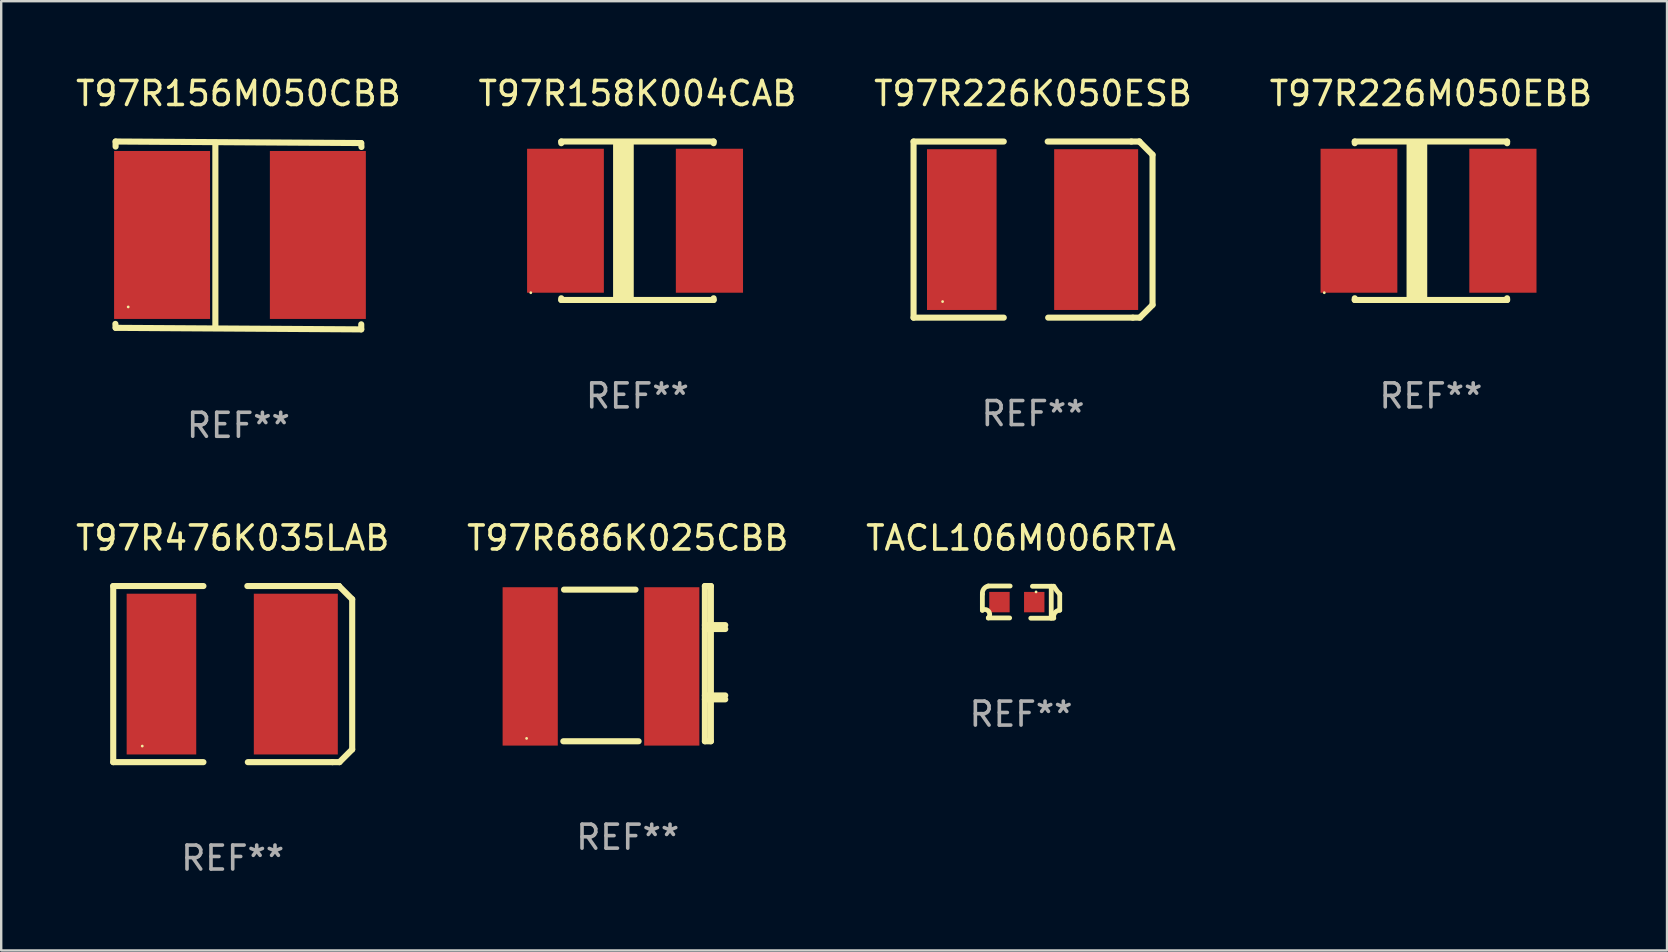
<source format=kicad_pcb>
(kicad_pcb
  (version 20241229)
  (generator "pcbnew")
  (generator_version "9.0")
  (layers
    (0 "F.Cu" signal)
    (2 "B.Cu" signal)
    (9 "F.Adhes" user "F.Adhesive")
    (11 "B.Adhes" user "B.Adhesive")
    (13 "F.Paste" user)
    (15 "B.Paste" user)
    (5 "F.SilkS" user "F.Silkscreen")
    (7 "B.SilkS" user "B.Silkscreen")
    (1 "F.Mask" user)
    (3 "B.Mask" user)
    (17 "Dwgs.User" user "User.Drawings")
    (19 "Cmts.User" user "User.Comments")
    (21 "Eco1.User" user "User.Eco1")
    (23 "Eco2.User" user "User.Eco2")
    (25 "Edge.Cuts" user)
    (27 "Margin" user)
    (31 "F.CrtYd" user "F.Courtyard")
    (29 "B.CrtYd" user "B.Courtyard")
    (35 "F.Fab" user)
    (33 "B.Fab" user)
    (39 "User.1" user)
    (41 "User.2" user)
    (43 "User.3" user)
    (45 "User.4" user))
  (footprint "T97R158K004CAB"
    (layer "F.Cu")
    (at 23.518 6.15)
    (property "Reference" "T97R158K004CAB" (at 0 -5.302 0) (layer "F.SilkS") (effects (font (size 1 1) (thickness 0.15))))
    (attr through_hole)
    (fp_line (start -3.175 -3.231) (end -3.175 -3.302) (stroke (width 0.254) (type solid)) (layer "F.SilkS"))
    (fp_line (start -3.175 3.302) (end -3.175 3.231) (stroke (width 0.254) (type solid)) (layer "F.SilkS"))
    (fp_line (start -3.175 3.302) (end 3.175 3.302) (stroke (width 0.254) (type solid)) (layer "F.SilkS"))
    (fp_line (start -0.889 -3.175) (end -0.889 3.302) (stroke (width 0.254) (type solid)) (layer "F.SilkS"))
    (fp_line (start -0.688 -3.175) (end -0.688 3.302) (stroke (width 0.254) (type solid)) (layer "F.SilkS"))
    (fp_line (start -0.478 -3.175) (end -0.478 3.302) (stroke (width 0.254) (type solid)) (layer "F.SilkS"))
    (fp_line (start -0.281 -3.175) (end -0.281 3.302) (stroke (width 0.254) (type solid)) (layer "F.SilkS"))
    (fp_line (start 3.175 -3.302) (end -3.175 -3.302) (stroke (width 0.254) (type solid)) (layer "F.SilkS"))
    (fp_line (start 3.175 -3.302) (end 3.175 -3.231) (stroke (width 0.254) (type solid)) (layer "F.SilkS"))
    (fp_line (start 3.175 3.231) (end 3.175 3.302) (stroke (width 0.254) (type solid)) (layer "F.SilkS"))
    (fp_circle (center -4.445 3) (end -4.415 3) (stroke (width 0.06) (type solid)) (fill no) (layer "F.SilkS"))
    (fp_text user "REF**" (at 0 7.302 0) (layer "F.Fab") (effects (font (size 1 1) (thickness 0.15))))
    (pad "1" smd rect (at -3 0) (size 3.2 6) (layers "F.Cu" "F.Mask" "F.Paste"))
    (pad "2" smd rect (at 3 0) (size 2.8 6) (layers "F.Cu" "F.Mask" "F.Paste")))
  (footprint "T97R476K035LAB"
    (layer "F.Cu")
    (at 6.649 25.045)
    (property "Reference" "T97R476K035LAB" (at 0 -5.67 0) (layer "F.SilkS") (effects (font (size 1 1) (thickness 0.15))))
    (attr through_hole)
    (fp_line (start -4.98 -3.67) (end -4.98 3.67) (stroke (width 0.254) (type solid)) (layer "F.SilkS"))
    (fp_line (start -4.98 -3.67) (end -1.22 -3.67) (stroke (width 0.254) (type solid)) (layer "F.SilkS"))
    (fp_line (start -4.98 3.67) (end -1.22 3.67) (stroke (width 0.254) (type solid)) (layer "F.SilkS"))
    (fp_line (start 4.098 -3.67) (end 0.61 -3.67) (stroke (width 0.254) (type solid)) (layer "F.SilkS"))
    (fp_line (start 4.159 3.67) (end 0.63 3.67) (stroke (width 0.254) (type solid)) (layer "F.SilkS"))
    (fp_line (start 4.16 3.67) (end 4.449 3.67) (stroke (width 0.254) (type solid)) (layer "F.SilkS"))
    (fp_line (start 4.429 -3.67) (end 4.099 -3.67) (stroke (width 0.254) (type solid)) (layer "F.SilkS"))
    (fp_line (start 4.429 -3.67) (end 4.429 -3.67) (stroke (width 0.254) (type solid)) (layer "F.SilkS"))
    (fp_line (start 4.449 3.67) (end 4.98 3.139) (stroke (width 0.254) (type solid)) (layer "F.SilkS"))
    (fp_line (start 4.98 -3.119) (end 4.429 -3.67) (stroke (width 0.254) (type solid)) (layer "F.SilkS"))
    (fp_line (start 4.98 3.139) (end 4.98 -3.119) (stroke (width 0.254) (type solid)) (layer "F.SilkS"))
    (fp_circle (center -3.77 3) (end -3.74 3) (stroke (width 0.06) (type solid)) (fill no) (layer "F.SilkS"))
    (fp_text user "REF**" (at 0 7.67 0) (layer "F.Fab") (effects (font (size 1 1) (thickness 0.15))))
    (pad "1" smd rect (at -2.97 0) (size 2.9 6.7) (layers "F.Cu" "F.Mask" "F.Paste"))
    (pad "2" smd rect (at 2.63 0) (size 3.5 6.7) (layers "F.Cu" "F.Mask" "F.Paste")))
  (footprint "T97R226K050ESB"
    (layer "F.Cu")
    (at 40.006 6.519)
    (property "Reference" "T97R226K050ESB" (at 0 -5.67 0) (layer "F.SilkS") (effects (font (size 1 1) (thickness 0.15))))
    (attr through_hole)
    (fp_line (start -4.98 -3.67) (end -4.98 3.67) (stroke (width 0.254) (type solid)) (layer "F.SilkS"))
    (fp_line (start -4.98 -3.67) (end -1.22 -3.67) (stroke (width 0.254) (type solid)) (layer "F.SilkS"))
    (fp_line (start -4.98 3.67) (end -1.22 3.67) (stroke (width 0.254) (type solid)) (layer "F.SilkS"))
    (fp_line (start 4.098 -3.67) (end 0.61 -3.67) (stroke (width 0.254) (type solid)) (layer "F.SilkS"))
    (fp_line (start 4.159 3.67) (end 0.63 3.67) (stroke (width 0.254) (type solid)) (layer "F.SilkS"))
    (fp_line (start 4.16 3.67) (end 4.449 3.67) (stroke (width 0.254) (type solid)) (layer "F.SilkS"))
    (fp_line (start 4.429 -3.67) (end 4.099 -3.67) (stroke (width 0.254) (type solid)) (layer "F.SilkS"))
    (fp_line (start 4.429 -3.67) (end 4.429 -3.67) (stroke (width 0.254) (type solid)) (layer "F.SilkS"))
    (fp_line (start 4.449 3.67) (end 4.98 3.139) (stroke (width 0.254) (type solid)) (layer "F.SilkS"))
    (fp_line (start 4.98 -3.119) (end 4.429 -3.67) (stroke (width 0.254) (type solid)) (layer "F.SilkS"))
    (fp_line (start 4.98 3.139) (end 4.98 -3.119) (stroke (width 0.254) (type solid)) (layer "F.SilkS"))
    (fp_circle (center -3.77 3) (end -3.74 3) (stroke (width 0.06) (type solid)) (fill no) (layer "F.SilkS"))
    (fp_text user "REF**" (at 0 7.67 0) (layer "F.Fab") (effects (font (size 1 1) (thickness 0.15))))
    (pad "1" smd rect (at -2.97 0) (size 2.9 6.7) (layers "F.Cu" "F.Mask" "F.Paste"))
    (pad "2" smd rect (at 2.63 0) (size 3.5 6.7) (layers "F.Cu" "F.Mask" "F.Paste")))
  (footprint "T97R686K025CBB"
    (layer "F.Cu")
    (at 23.113 24.61)
    (property "Reference" "T97R686K025CBB" (at 0 -5.235 0) (layer "F.SilkS") (effects (font (size 1 1) (thickness 0.15))))
    (attr through_hole)
    (fp_line (start -2.655 -3.085) (end 0.325 -3.085) (stroke (width 0.254) (type solid)) (layer "F.SilkS"))
    (fp_line (start 0.454 3.235) (end -2.685 3.235) (stroke (width 0.254) (type solid)) (layer "F.SilkS"))
    (fp_line (start 3.215 1.325) (end 4.064 1.325) (stroke (width 0.254) (type solid)) (layer "F.SilkS"))
    (fp_line (start 3.215 1.488) (end 4.064 1.488) (stroke (width 0.254) (type solid)) (layer "F.SilkS"))
    (fp_line (start 3.216 -3.235) (end 3.216 3.235) (stroke (width 0.254) (type solid)) (layer "F.SilkS"))
    (fp_line (start 3.216 -3.235) (end 3.465 -3.235) (stroke (width 0.254) (type solid)) (layer "F.SilkS"))
    (fp_line (start 3.216 -1.606) (end 4.065 -1.606) (stroke (width 0.254) (type solid)) (layer "F.SilkS"))
    (fp_line (start 3.216 -1.443) (end 4.065 -1.443) (stroke (width 0.254) (type solid)) (layer "F.SilkS"))
    (fp_line (start 3.465 -3.235) (end 3.465 3.235) (stroke (width 0.254) (type solid)) (layer "F.SilkS"))
    (fp_line (start 3.465 3.235) (end 3.216 3.235) (stroke (width 0.254) (type solid)) (layer "F.SilkS"))
    (fp_circle (center -4.215 3.115) (end -4.185 3.115) (stroke (width 0.06) (type solid)) (fill no) (layer "F.SilkS"))
    (fp_text user "REF**" (at 0 7.235 0) (layer "F.Fab") (effects (font (size 1 1) (thickness 0.15))))
    (pad "1" smd rect (at -4.065 0.115) (size 2.3 6.6) (layers "F.Cu" "F.Mask" "F.Paste"))
    (pad "2" smd rect (at 1.835 0.115) (size 2.3 6.6) (layers "F.Cu" "F.Mask" "F.Paste")))
  (footprint "T97R156M050CBB"
    (layer "F.Cu")
    (at 6.887 6.763)
    (property "Reference" "T97R156M050CBB" (at 0 -5.915 0) (layer "F.SilkS") (effects (font (size 1 1) (thickness 0.15))))
    (attr through_hole)
    (fp_line (start -5.119 -3.915) (end 5.117 -3.851) (stroke (width 0.254) (type solid)) (layer "F.SilkS"))
    (fp_line (start -5.119 -3.704) (end -5.119 -3.915) (stroke (width 0.254) (type solid)) (layer "F.SilkS"))
    (fp_line (start -5.117 3.851) (end -5.128 3.686) (stroke (width 0.254) (type solid)) (layer "F.SilkS"))
    (fp_line (start -0.961 -3.801) (end -0.961 3.824) (stroke (width 0.254) (type solid)) (layer "F.SilkS"))
    (fp_line (start 5.117 -3.851) (end 5.128 -3.686) (stroke (width 0.254) (type solid)) (layer "F.SilkS"))
    (fp_line (start 5.119 3.704) (end 5.119 3.915) (stroke (width 0.254) (type solid)) (layer "F.SilkS"))
    (fp_line (start 5.119 3.915) (end -5.117 3.851) (stroke (width 0.254) (type solid)) (layer "F.SilkS"))
    (fp_circle (center -4.594 2.98) (end -4.564 2.98) (stroke (width 0.06) (type solid)) (fill no) (layer "F.SilkS"))
    (fp_text user "REF**" (at 0 7.915 0) (layer "F.Fab") (effects (font (size 1 1) (thickness 0.15))))
    (pad "1" smd rect (at -3.182 -0.02) (size 4 7) (layers "F.Cu" "F.Mask" "F.Paste"))
    (pad "2" smd rect (at 3.311 -0.02) (size 4 7) (layers "F.Cu" "F.Mask" "F.Paste")))
  (footprint "TACL106M006RTA"
    (layer "F.Cu")
    (at 39.506 22.045)
    (property "Reference" "TACL106M006RTA" (at 0 -2.67 0) (layer "F.SilkS") (effects (font (size 1 1) (thickness 0.15))))
    (attr through_hole)
    (fp_line (start -1.612 -0.337) (end -1.612 0.347) (stroke (width 0.2) (type solid)) (layer "F.SilkS"))
    (fp_line (start -1.365 -0.67) (end -0.455 -0.67) (stroke (width 0.2) (type solid)) (layer "F.SilkS"))
    (fp_line (start -1.365 0.66) (end -0.475 0.66) (stroke (width 0.2) (type solid)) (layer "F.SilkS"))
    (fp_line (start 1.258 -0.66) (end 1.258 0.67) (stroke (width 0.2) (type solid)) (layer "F.SilkS"))
    (fp_line (start 1.315 0.67) (end 0.405 0.67) (stroke (width 0.2) (type solid)) (layer "F.SilkS"))
    (fp_line (start 1.365 -0.66) (end 0.475 -0.66) (stroke (width 0.2) (type solid)) (layer "F.SilkS"))
    (fp_line (start 1.612 0.337) (end 1.612 -0.347) (stroke (width 0.2) (type solid)) (layer "F.SilkS"))
    (fp_arc (start -1.611685 -0.33749) (mid -1.551639 -0.550734) (end -1.364948 -0.670003) (stroke (width 0.2) (type solid)) (layer "F.SilkS"))
    (fp_arc (start -1.611684 0.327432) (mid -1.348512 0.38999) (end -1.364948 0.659995) (stroke (width 0.2) (type solid)) (layer "F.SilkS"))
    (fp_arc (start 1.364948 0.669952) (mid 1.409994 0.445562) (end 1.611684 0.33739) (stroke (width 0.2) (type solid)) (layer "F.SilkS"))
    (fp_arc (start 1.611684 -0.327534) (mid 1.482088 -0.489181) (end 1.364948 -0.660071) (stroke (width 0.2) (type solid)) (layer "F.SilkS"))
    (fp_circle (center 0.625 -0.425) (end 0.655 -0.425) (stroke (width 0.06) (type solid)) (fill no) (layer "F.SilkS"))
    (fp_text user "REF**" (at 0 4.67 0) (layer "F.Fab") (effects (font (size 1 1) (thickness 0.15))))
    (pad "1" smd rect (at 0.55 0) (size 0.85 0.85) (layers "F.Cu" "F.Mask" "F.Paste"))
    (pad "2" smd rect (at -0.9 0) (size 0.85 0.85) (layers "F.Cu" "F.Mask" "F.Paste")))
  (footprint "T97R226M050EBB"
    (layer "F.Cu")
    (at 56.589 6.15)
    (property "Reference" "T97R226M050EBB" (at 0 -5.302 0) (layer "F.SilkS") (effects (font (size 1 1) (thickness 0.15))))
    (attr through_hole)
    (fp_line (start -3.175 -3.231) (end -3.175 -3.302) (stroke (width 0.254) (type solid)) (layer "F.SilkS"))
    (fp_line (start -3.175 3.302) (end -3.175 3.231) (stroke (width 0.254) (type solid)) (layer "F.SilkS"))
    (fp_line (start -3.175 3.302) (end 3.175 3.302) (stroke (width 0.254) (type solid)) (layer "F.SilkS"))
    (fp_line (start -0.889 -3.175) (end -0.889 3.302) (stroke (width 0.254) (type solid)) (layer "F.SilkS"))
    (fp_line (start -0.688 -3.175) (end -0.688 3.302) (stroke (width 0.254) (type solid)) (layer "F.SilkS"))
    (fp_line (start -0.478 -3.175) (end -0.478 3.302) (stroke (width 0.254) (type solid)) (layer "F.SilkS"))
    (fp_line (start -0.281 -3.175) (end -0.281 3.302) (stroke (width 0.254) (type solid)) (layer "F.SilkS"))
    (fp_line (start 3.175 -3.302) (end -3.175 -3.302) (stroke (width 0.254) (type solid)) (layer "F.SilkS"))
    (fp_line (start 3.175 -3.302) (end 3.175 -3.231) (stroke (width 0.254) (type solid)) (layer "F.SilkS"))
    (fp_line (start 3.175 3.231) (end 3.175 3.302) (stroke (width 0.254) (type solid)) (layer "F.SilkS"))
    (fp_circle (center -4.445 3) (end -4.415 3) (stroke (width 0.06) (type solid)) (fill no) (layer "F.SilkS"))
    (fp_text user "REF**" (at 0 7.302 0) (layer "F.Fab") (effects (font (size 1 1) (thickness 0.15))))
    (pad "1" smd rect (at -3 0) (size 3.2 6) (layers "F.Cu" "F.Mask" "F.Paste"))
    (pad "2" smd rect (at 3 0) (size 2.8 6) (layers "F.Cu" "F.Mask" "F.Paste")))
  (gr_rect
    (start -3 -3)
    (end 66.429 36.563)
    (stroke (width 0.1) (type default))
    (fill no)
    (layer "Edge.Cuts")))
</source>
